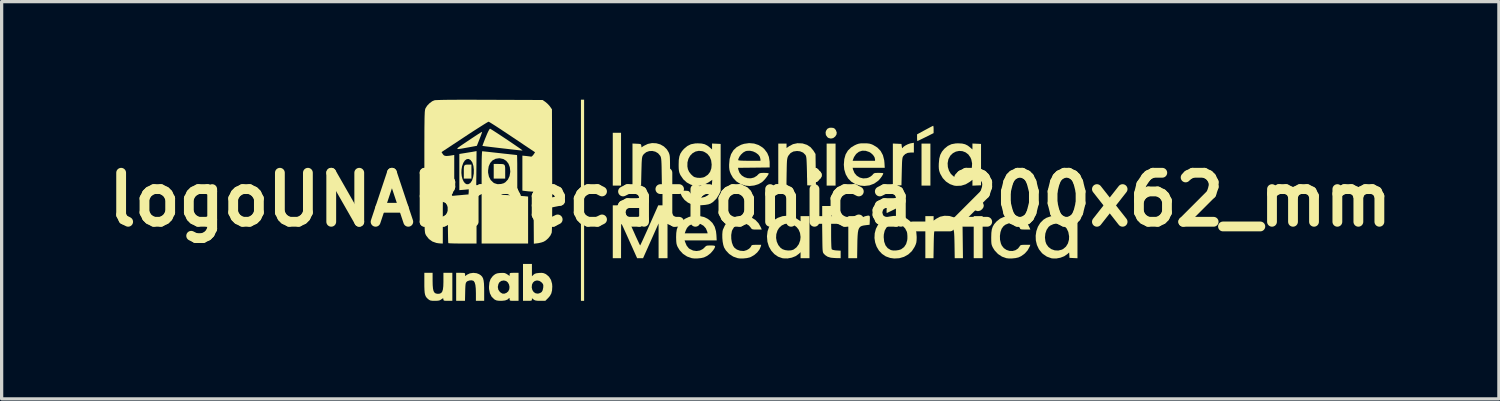
<source format=kicad_pcb>
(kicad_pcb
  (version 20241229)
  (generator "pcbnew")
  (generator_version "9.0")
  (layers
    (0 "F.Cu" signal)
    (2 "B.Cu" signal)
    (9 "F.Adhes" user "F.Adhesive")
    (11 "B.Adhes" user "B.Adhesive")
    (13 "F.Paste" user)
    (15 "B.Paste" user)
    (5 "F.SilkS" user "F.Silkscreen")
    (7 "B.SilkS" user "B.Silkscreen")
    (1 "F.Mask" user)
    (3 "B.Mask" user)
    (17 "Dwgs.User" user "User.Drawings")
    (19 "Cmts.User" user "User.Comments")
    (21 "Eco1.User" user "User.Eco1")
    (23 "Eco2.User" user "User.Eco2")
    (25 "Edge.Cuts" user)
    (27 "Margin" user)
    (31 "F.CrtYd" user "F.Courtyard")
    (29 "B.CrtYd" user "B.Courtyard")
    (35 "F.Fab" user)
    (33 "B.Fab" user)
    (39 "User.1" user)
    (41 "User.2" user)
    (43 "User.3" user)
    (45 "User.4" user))
  (footprint "logoUNABmecatronica_200x62_mm"
    (layer "F.Cu")
    (at 19.907 3.058)
    (property "Reference" "logoUNABmecatronica_200x62_mm" (at 0 0 0) (layer "F.SilkS") (effects (font (size 1.5 1.5) (thickness 0.3))))
    (attr board_only exclude_from_pos_files exclude_from_bom)
    (fp_poly (pts (xy -5.084 0.019) (xy -5.084 3.097) (xy -5.133 3.097) (xy -5.181 3.097) (xy -5.181 0.019) (xy -5.181 -3.058) (xy -5.133 -3.058) (xy -5.084 -3.058)) (stroke (width 0) (type solid)) (fill yes) (layer "F.SilkS"))
    (fp_poly (pts (xy -3.954 -1.237) (xy -3.954 -0.429) (xy -4.081 -0.429) (xy -4.207 -0.429) (xy -4.207 -1.237) (xy -4.207 -2.045) (xy -4.081 -2.045) (xy -3.954 -2.045)) (stroke (width 0) (type solid)) (fill yes) (layer "F.SilkS"))
    (fp_poly (pts (xy 2.61 -1.071) (xy 2.61 -0.429) (xy 2.474 -0.429) (xy 2.337 -0.429) (xy 2.337 -1.071) (xy 2.337 -1.714) (xy 2.474 -1.714) (xy 2.61 -1.714)) (stroke (width 0) (type solid)) (fill yes) (layer "F.SilkS"))
    (fp_poly (pts (xy 5.512 -1.071) (xy 5.512 -0.429) (xy 5.376 -0.429) (xy 5.24 -0.429) (xy 5.24 -1.071) (xy 5.24 -1.714) (xy 5.376 -1.714) (xy 5.512 -1.714)) (stroke (width 0) (type solid)) (fill yes) (layer "F.SilkS"))
    (fp_poly (pts (xy 7.11 1.149) (xy 7.11 1.792) (xy 6.973 1.792) (xy 6.837 1.792) (xy 6.837 1.149) (xy 6.837 0.506) (xy 6.973 0.506) (xy 7.11 0.506)) (stroke (width 0) (type solid)) (fill yes) (layer "F.SilkS"))
    (fp_poly (pts (xy -8.532 -0.857) (xy -8.532 -0.643) (xy -8.648 -0.643) (xy -8.765 -0.643) (xy -8.765 -0.845) (xy -8.765 -0.942) (xy -8.76 -1.006) (xy -8.746 -1.044) (xy -8.72 -1.064) (xy -8.677 -1.071) (xy -8.618 -1.071) (xy -8.532 -1.071)) (stroke (width 0) (type solid)) (fill yes) (layer "F.SilkS"))
    (fp_poly (pts (xy -7.718 -1.091) (xy -7.626 -1.09) (xy -7.564 -1.085) (xy -7.527 -1.068) (xy -7.507 -1.034) (xy -7.5 -0.975) (xy -7.499 -0.885) (xy -7.499 -0.855) (xy -7.499 -0.643) (xy -7.675 -0.643) (xy -7.85 -0.643) (xy -7.85 -0.867) (xy -7.85 -1.091)) (stroke (width 0) (type solid)) (fill yes) (layer "F.SilkS"))
    (fp_poly (pts (xy 2.542 -2.194) (xy 2.589 -2.167) (xy 2.621 -2.122) (xy 2.646 -2.052) (xy 2.638 -1.991) (xy 2.599 -1.93) (xy 2.538 -1.883) (xy 2.466 -1.868) (xy 2.396 -1.885) (xy 2.361 -1.909) (xy 2.314 -1.976) (xy 2.305 -2.053) (xy 2.318 -2.105) (xy 2.358 -2.166) (xy 2.417 -2.196) (xy 2.471 -2.201)) (stroke (width 0) (type solid)) (fill yes) (layer "F.SilkS"))
    (fp_poly (pts (xy 7.042 0.027) (xy 7.089 0.053) (xy 7.12 0.099) (xy 7.145 0.169) (xy 7.138 0.229) (xy 7.098 0.291) (xy 7.037 0.337) (xy 6.966 0.353) (xy 6.896 0.336) (xy 6.86 0.311) (xy 6.814 0.244) (xy 6.804 0.167) (xy 6.818 0.116) (xy 6.858 0.055) (xy 6.917 0.025) (xy 6.97 0.019)) (stroke (width 0) (type solid)) (fill yes) (layer "F.SilkS"))
    (fp_poly (pts (xy -8.106 -0.174) (xy -8.03 -0.171) (xy -7.929 -0.166) (xy -7.808 -0.16) (xy -7.673 -0.152) (xy -7.533 -0.144) (xy -7.392 -0.136) (xy -7.257 -0.128) (xy -7.135 -0.121) (xy -7.032 -0.114) (xy -6.955 -0.108) (xy -6.92 -0.106) (xy -6.798 -0.094) (xy -6.798 0.625) (xy -6.798 1.344) (xy -7.509 1.344) (xy -8.22 1.344) (xy -8.22 0.584) (xy -8.22 -0.175) (xy -8.149 -0.175)) (stroke (width 0) (type solid)) (fill yes) (layer "F.SilkS"))
    (fp_poly (pts (xy 4.687 -0.041) (xy 4.693 0.005) (xy 4.694 0.049) (xy 4.694 0.156) (xy 4.441 0.282) (xy 4.351 0.327) (xy 4.273 0.365) (xy 4.215 0.393) (xy 4.182 0.408) (xy 4.177 0.409) (xy 4.172 0.392) (xy 4.171 0.347) (xy 4.172 0.309) (xy 4.178 0.208) (xy 4.42 0.075) (xy 4.508 0.027) (xy 4.584 -0.013) (xy 4.641 -0.043) (xy 4.674 -0.057) (xy 4.678 -0.058)) (stroke (width 0) (type solid)) (fill yes) (layer "F.SilkS"))
    (fp_poly (pts (xy 5.604 -2.242) (xy 5.609 -2.196) (xy 5.61 -2.147) (xy 5.61 -2.035) (xy 5.366 -1.913) (xy 5.278 -1.87) (xy 5.202 -1.833) (xy 5.146 -1.806) (xy 5.116 -1.793) (xy 5.113 -1.792) (xy 5.108 -1.81) (xy 5.104 -1.855) (xy 5.104 -1.894) (xy 5.104 -1.997) (xy 5.345 -2.128) (xy 5.433 -2.175) (xy 5.508 -2.215) (xy 5.564 -2.244) (xy 5.594 -2.258) (xy 5.598 -2.26)) (stroke (width 0) (type solid)) (fill yes) (layer "F.SilkS"))
    (fp_poly (pts (xy -8.209 -2.056) (xy -8.225 -2.008) (xy -8.251 -1.938) (xy -8.282 -1.858) (xy -8.366 -1.646) (xy -8.6 -1.603) (xy -8.739 -1.578) (xy -8.845 -1.559) (xy -8.918 -1.549) (xy -8.958 -1.55) (xy -8.965 -1.563) (xy -8.939 -1.59) (xy -8.881 -1.633) (xy -8.791 -1.695) (xy -8.669 -1.777) (xy -8.62 -1.809) (xy -8.509 -1.884) (xy -8.408 -1.95) (xy -8.324 -2.005) (xy -8.258 -2.046) (xy -8.218 -2.07) (xy -8.205 -2.076)) (stroke (width 0) (type solid)) (fill yes) (layer "F.SilkS"))
    (fp_poly (pts (xy 3.654 0.507) (xy 3.66 0.553) (xy 3.658 0.628) (xy 3.652 0.769) (xy 3.545 0.781) (xy 3.47 0.791) (xy 3.41 0.806) (xy 3.365 0.831) (xy 3.332 0.87) (xy 3.308 0.927) (xy 3.293 1.007) (xy 3.284 1.113) (xy 3.278 1.251) (xy 3.276 1.378) (xy 3.27 1.792) (xy 3.135 1.792) (xy 3 1.792) (xy 3 1.149) (xy 3 0.506) (xy 3.136 0.506) (xy 3.272 0.506) (xy 3.272 0.586) (xy 3.272 0.665) (xy 3.351 0.598) (xy 3.416 0.553) (xy 3.487 0.518) (xy 3.516 0.508) (xy 3.589 0.491) (xy 3.633 0.489)) (stroke (width 0) (type solid)) (fill yes) (layer "F.SilkS"))
    (fp_poly (pts (xy 5.006 -1.59) (xy 5.006 -1.441) (xy 4.913 -1.441) (xy 4.816 -1.43) (xy 4.742 -1.395) (xy 4.686 -1.338) (xy 4.673 -1.317) (xy 4.662 -1.292) (xy 4.655 -1.258) (xy 4.649 -1.209) (xy 4.644 -1.14) (xy 4.641 -1.044) (xy 4.637 -0.917) (xy 4.636 -0.861) (xy 4.626 -0.438) (xy 4.495 -0.433) (xy 4.363 -0.427) (xy 4.363 -1.071) (xy 4.363 -1.716) (xy 4.495 -1.71) (xy 4.626 -1.704) (xy 4.636 -1.626) (xy 4.645 -1.581) (xy 4.654 -1.573) (xy 4.659 -1.581) (xy 4.689 -1.616) (xy 4.745 -1.655) (xy 4.815 -1.691) (xy 4.887 -1.717) (xy 4.923 -1.725) (xy 5.006 -1.739)) (stroke (width 0) (type solid)) (fill yes) (layer "F.SilkS"))
    (fp_poly (pts (xy -8.394 -0.167) (xy -8.388 -0.142) (xy -8.384 -0.095) (xy -8.381 -0.024) (xy -8.379 0.073) (xy -8.377 0.2) (xy -8.376 0.36) (xy -8.376 0.555) (xy -8.376 0.584) (xy -8.376 1.344) (xy -8.801 1.344) (xy -8.926 1.343) (xy -9.038 1.342) (xy -9.13 1.339) (xy -9.198 1.336) (xy -9.234 1.333) (xy -9.239 1.331) (xy -9.242 1.309) (xy -9.245 1.253) (xy -9.247 1.166) (xy -9.249 1.054) (xy -9.251 0.921) (xy -9.252 0.771) (xy -9.252 0.611) (xy -9.252 -0.096) (xy -9.189 -0.106) (xy -9.153 -0.11) (xy -9.086 -0.117) (xy -8.997 -0.126) (xy -8.893 -0.135) (xy -8.783 -0.145) (xy -8.673 -0.155) (xy -8.572 -0.163) (xy -8.487 -0.17) (xy -8.427 -0.174) (xy -8.4 -0.175)) (stroke (width 0) (type solid)) (fill yes) (layer "F.SilkS"))
    (fp_poly (pts (xy -7.942 -2.159) (xy -7.894 -2.13) (xy -7.824 -2.085) (xy -7.737 -2.029) (xy -7.637 -1.963) (xy -7.53 -1.892) (xy -7.42 -1.819) (xy -7.312 -1.746) (xy -7.212 -1.678) (xy -7.123 -1.617) (xy -7.05 -1.567) (xy -6.999 -1.53) (xy -6.975 -1.51) (xy -6.973 -1.508) (xy -6.972 -1.506) (xy -6.972 -1.503) (xy -6.977 -1.502) (xy -6.99 -1.503) (xy -7.016 -1.505) (xy -7.057 -1.509) (xy -7.119 -1.516) (xy -7.205 -1.525) (xy -7.319 -1.538) (xy -7.465 -1.555) (xy -7.606 -1.571) (xy -7.752 -1.588) (xy -7.885 -1.604) (xy -8 -1.618) (xy -8.093 -1.629) (xy -8.158 -1.638) (xy -8.192 -1.643) (xy -8.195 -1.643) (xy -8.19 -1.662) (xy -8.172 -1.711) (xy -8.145 -1.782) (xy -8.111 -1.87) (xy -8.094 -1.91) (xy -8.05 -2.017) (xy -8.012 -2.098) (xy -7.983 -2.15) (xy -7.964 -2.17) (xy -7.963 -2.17)) (stroke (width 0) (type solid)) (fill yes) (layer "F.SilkS"))
    (fp_poly (pts (xy -8.792 2.241) (xy -8.751 2.245) (xy -8.732 2.255) (xy -8.727 2.276) (xy -8.726 2.29) (xy -8.726 2.34) (xy -8.664 2.296) (xy -8.578 2.256) (xy -8.477 2.241) (xy -8.374 2.252) (xy -8.3 2.28) (xy -8.246 2.315) (xy -8.206 2.356) (xy -8.177 2.408) (xy -8.159 2.478) (xy -8.148 2.571) (xy -8.143 2.693) (xy -8.142 2.792) (xy -8.142 3.097) (xy -8.269 3.097) (xy -8.395 3.097) (xy -8.395 2.863) (xy -8.399 2.72) (xy -8.411 2.612) (xy -8.432 2.537) (xy -8.462 2.492) (xy -8.472 2.484) (xy -8.526 2.469) (xy -8.593 2.474) (xy -8.653 2.495) (xy -8.675 2.511) (xy -8.692 2.531) (xy -8.704 2.556) (xy -8.712 2.594) (xy -8.717 2.651) (xy -8.721 2.735) (xy -8.723 2.825) (xy -8.729 3.097) (xy -8.864 3.097) (xy -8.999 3.097) (xy -8.999 2.669) (xy -8.999 2.24) (xy -8.863 2.24)) (stroke (width 0) (type solid)) (fill yes) (layer "F.SilkS"))
    (fp_poly (pts (xy -8.38 -0.913) (xy -8.386 -0.341) (xy -8.483 -0.329) (xy -8.551 -0.322) (xy -8.64 -0.313) (xy -8.732 -0.304) (xy -8.741 -0.303) (xy -8.902 -0.29) (xy -8.902 -0.816) (xy -8.839 -0.816) (xy -8.829 -0.719) (xy -8.806 -0.631) (xy -8.773 -0.558) (xy -8.732 -0.503) (xy -8.684 -0.473) (xy -8.63 -0.471) (xy -8.574 -0.502) (xy -8.561 -0.514) (xy -8.513 -0.585) (xy -8.48 -0.683) (xy -8.461 -0.796) (xy -8.458 -0.915) (xy -8.471 -1.03) (xy -8.502 -1.129) (xy -8.509 -1.144) (xy -8.559 -1.212) (xy -8.616 -1.244) (xy -8.675 -1.239) (xy -8.732 -1.199) (xy -8.782 -1.123) (xy -8.783 -1.12) (xy -8.818 -1.022) (xy -8.836 -0.919) (xy -8.839 -0.816) (xy -8.902 -0.816) (xy -8.902 -0.843) (xy -8.902 -1.397) (xy -8.692 -1.431) (xy -8.601 -1.446) (xy -8.518 -1.459) (xy -8.456 -1.47) (xy -8.429 -1.475) (xy -8.375 -1.485)) (stroke (width 0) (type solid)) (fill yes) (layer "F.SilkS"))
    (fp_poly (pts (xy 1.587 -1.72) (xy 1.603 -1.718) (xy 1.735 -1.676) (xy 1.844 -1.605) (xy 1.931 -1.502) (xy 1.938 -1.491) (xy 1.997 -1.396) (xy 2.003 -0.911) (xy 2.009 -0.427) (xy 1.876 -0.432) (xy 1.743 -0.438) (xy 1.734 -0.877) (xy 1.73 -1.021) (xy 1.726 -1.131) (xy 1.722 -1.214) (xy 1.717 -1.273) (xy 1.71 -1.315) (xy 1.701 -1.344) (xy 1.689 -1.366) (xy 1.687 -1.369) (xy 1.618 -1.438) (xy 1.524 -1.478) (xy 1.431 -1.488) (xy 1.321 -1.473) (xy 1.233 -1.425) (xy 1.167 -1.345) (xy 1.161 -1.334) (xy 1.147 -1.305) (xy 1.137 -1.273) (xy 1.129 -1.232) (xy 1.123 -1.176) (xy 1.119 -1.099) (xy 1.116 -0.996) (xy 1.114 -0.861) (xy 1.113 -0.842) (xy 1.107 -0.429) (xy 0.982 -0.429) (xy 0.857 -0.429) (xy 0.857 -1.071) (xy 0.857 -1.714) (xy 0.984 -1.714) (xy 1.11 -1.714) (xy 1.11 -1.646) (xy 1.11 -1.578) (xy 1.19 -1.635) (xy 1.308 -1.697) (xy 1.443 -1.726)) (stroke (width 0) (type solid)) (fill yes) (layer "F.SilkS"))
    (fp_poly (pts (xy 2.474 0.351) (xy 2.474 0.506) (xy 2.62 0.506) (xy 2.766 0.506) (xy 2.766 0.623) (xy 2.766 0.74) (xy 2.62 0.74) (xy 2.474 0.74) (xy 2.474 1.115) (xy 2.475 1.234) (xy 2.478 1.34) (xy 2.481 1.427) (xy 2.486 1.488) (xy 2.492 1.518) (xy 2.492 1.518) (xy 2.525 1.538) (xy 2.594 1.551) (xy 2.638 1.555) (xy 2.766 1.563) (xy 2.766 1.677) (xy 2.766 1.792) (xy 2.644 1.79) (xy 2.566 1.786) (xy 2.493 1.78) (xy 2.454 1.774) (xy 2.366 1.747) (xy 2.296 1.701) (xy 2.26 1.666) (xy 2.244 1.648) (xy 2.232 1.63) (xy 2.223 1.605) (xy 2.217 1.569) (xy 2.212 1.516) (xy 2.209 1.441) (xy 2.207 1.339) (xy 2.205 1.204) (xy 2.205 1.177) (xy 2.199 0.74) (xy 2.122 0.74) (xy 2.045 0.74) (xy 2.045 0.623) (xy 2.045 0.506) (xy 2.123 0.506) (xy 2.201 0.506) (xy 2.201 0.351) (xy 2.201 0.195) (xy 2.337 0.195) (xy 2.474 0.195)) (stroke (width 0) (type solid)) (fill yes) (layer "F.SilkS"))
    (fp_poly (pts (xy 6.087 0.5) (xy 6.102 0.503) (xy 6.235 0.544) (xy 6.343 0.616) (xy 6.431 0.719) (xy 6.437 0.729) (xy 6.496 0.825) (xy 6.502 1.308) (xy 6.508 1.792) (xy 6.382 1.792) (xy 6.256 1.792) (xy 6.25 1.378) (xy 6.247 1.238) (xy 6.244 1.132) (xy 6.24 1.053) (xy 6.235 0.995) (xy 6.227 0.952) (xy 6.217 0.919) (xy 6.204 0.89) (xy 6.202 0.886) (xy 6.139 0.803) (xy 6.053 0.752) (xy 5.945 0.732) (xy 5.931 0.732) (xy 5.821 0.748) (xy 5.732 0.796) (xy 5.666 0.875) (xy 5.66 0.886) (xy 5.647 0.916) (xy 5.636 0.948) (xy 5.628 0.989) (xy 5.623 1.045) (xy 5.619 1.122) (xy 5.616 1.225) (xy 5.613 1.361) (xy 5.613 1.378) (xy 5.606 1.792) (xy 5.481 1.792) (xy 5.357 1.792) (xy 5.357 1.149) (xy 5.357 0.506) (xy 5.483 0.506) (xy 5.61 0.506) (xy 5.61 0.575) (xy 5.61 0.643) (xy 5.689 0.586) (xy 5.808 0.523) (xy 5.942 0.494)) (stroke (width 0) (type solid)) (fill yes) (layer "F.SilkS"))
    (fp_poly (pts (xy -9.72 2.481) (xy -9.717 2.619) (xy -9.708 2.723) (xy -9.691 2.797) (xy -9.663 2.845) (xy -9.624 2.872) (xy -9.571 2.882) (xy -9.554 2.883) (xy -9.497 2.876) (xy -9.455 2.854) (xy -9.424 2.812) (xy -9.404 2.745) (xy -9.393 2.65) (xy -9.389 2.521) (xy -9.389 2.481) (xy -9.389 2.24) (xy -9.252 2.24) (xy -9.116 2.24) (xy -9.116 2.669) (xy -9.116 3.097) (xy -9.252 3.097) (xy -9.324 3.096) (xy -9.365 3.091) (xy -9.384 3.08) (xy -9.389 3.061) (xy -9.389 3.058) (xy -9.393 3.026) (xy -9.4 3.019) (xy -9.422 3.03) (xy -9.459 3.056) (xy -9.461 3.058) (xy -9.498 3.08) (xy -9.547 3.092) (xy -9.619 3.097) (xy -9.653 3.097) (xy -9.73 3.095) (xy -9.782 3.088) (xy -9.82 3.072) (xy -9.857 3.044) (xy -9.897 3.007) (xy -9.927 2.966) (xy -9.948 2.917) (xy -9.962 2.852) (xy -9.969 2.765) (xy -9.973 2.65) (xy -9.973 2.552) (xy -9.973 2.24) (xy -9.846 2.24) (xy -9.72 2.24)) (stroke (width 0) (type solid)) (fill yes) (layer "F.SilkS"))
    (fp_poly (pts (xy -3.84 0.375) (xy -3.803 0.454) (xy -3.756 0.559) (xy -3.7 0.683) (xy -3.64 0.816) (xy -3.58 0.951) (xy -3.563 0.988) (xy -3.511 1.106) (xy -3.463 1.21) (xy -3.423 1.296) (xy -3.393 1.36) (xy -3.374 1.396) (xy -3.37 1.402) (xy -3.36 1.385) (xy -3.336 1.336) (xy -3.3 1.259) (xy -3.255 1.16) (xy -3.201 1.041) (xy -3.14 0.906) (xy -3.088 0.788) (xy -2.816 0.175) (xy -2.674 0.175) (xy -2.532 0.175) (xy -2.532 0.984) (xy -2.532 1.792) (xy -2.669 1.792) (xy -2.805 1.792) (xy -2.805 1.261) (xy -2.806 0.73) (xy -3.043 1.261) (xy -3.28 1.792) (xy -3.371 1.792) (xy -3.462 1.792) (xy -3.643 1.388) (xy -3.7 1.262) (xy -3.755 1.139) (xy -3.806 1.026) (xy -3.849 0.932) (xy -3.88 0.863) (xy -3.888 0.847) (xy -3.951 0.711) (xy -3.953 1.251) (xy -3.954 1.792) (xy -4.081 1.792) (xy -4.207 1.792) (xy -4.207 0.984) (xy -4.207 0.175) (xy -4.07 0.175) (xy -3.932 0.175)) (stroke (width 0) (type solid)) (fill yes) (layer "F.SilkS"))
    (fp_poly (pts (xy -2.876 -1.724) (xy -2.754 -1.69) (xy -2.644 -1.627) (xy -2.553 -1.539) (xy -2.5 -1.452) (xy -2.486 -1.419) (xy -2.475 -1.388) (xy -2.467 -1.351) (xy -2.461 -1.305) (xy -2.458 -1.242) (xy -2.456 -1.158) (xy -2.455 -1.046) (xy -2.454 -0.902) (xy -2.454 -0.891) (xy -2.454 -0.429) (xy -2.579 -0.429) (xy -2.704 -0.429) (xy -2.711 -0.852) (xy -2.713 -0.993) (xy -2.716 -1.101) (xy -2.72 -1.181) (xy -2.725 -1.239) (xy -2.732 -1.281) (xy -2.741 -1.312) (xy -2.754 -1.338) (xy -2.757 -1.343) (xy -2.821 -1.418) (xy -2.904 -1.467) (xy -2.998 -1.489) (xy -3.094 -1.484) (xy -3.183 -1.452) (xy -3.257 -1.393) (xy -3.284 -1.356) (xy -3.297 -1.332) (xy -3.306 -1.301) (xy -3.314 -1.258) (xy -3.319 -1.198) (xy -3.324 -1.114) (xy -3.327 -1.003) (xy -3.331 -0.867) (xy -3.341 -0.438) (xy -3.472 -0.433) (xy -3.604 -0.427) (xy -3.604 -1.071) (xy -3.604 -1.716) (xy -3.472 -1.71) (xy -3.402 -1.706) (xy -3.362 -1.7) (xy -3.343 -1.686) (xy -3.336 -1.663) (xy -3.334 -1.651) (xy -3.328 -1.598) (xy -3.257 -1.645) (xy -3.135 -1.704) (xy -3.006 -1.73)) (stroke (width 0) (type solid)) (fill yes) (layer "F.SilkS"))
    (fp_poly (pts (xy -6.681 2.156) (xy -6.681 2.344) (xy -6.632 2.298) (xy -6.592 2.269) (xy -6.54 2.253) (xy -6.463 2.244) (xy -6.457 2.244) (xy -6.381 2.241) (xy -6.327 2.249) (xy -6.276 2.269) (xy -6.245 2.286) (xy -6.159 2.359) (xy -6.097 2.458) (xy -6.064 2.578) (xy -6.058 2.658) (xy -6.065 2.777) (xy -6.088 2.871) (xy -6.132 2.95) (xy -6.185 3.011) (xy -6.271 3.097) (xy -6.425 3.097) (xy -6.509 3.095) (xy -6.566 3.088) (xy -6.606 3.073) (xy -6.63 3.057) (xy -6.681 3.016) (xy -6.681 3.057) (xy -6.684 3.078) (xy -6.7 3.09) (xy -6.736 3.096) (xy -6.802 3.097) (xy -6.817 3.097) (xy -6.954 3.097) (xy -6.954 2.687) (xy -6.687 2.687) (xy -6.668 2.765) (xy -6.627 2.828) (xy -6.568 2.867) (xy -6.496 2.877) (xy -6.488 2.875) (xy -6.429 2.857) (xy -6.383 2.827) (xy -6.383 2.827) (xy -6.353 2.775) (xy -6.336 2.697) (xy -6.335 2.691) (xy -6.332 2.629) (xy -6.341 2.588) (xy -6.367 2.552) (xy -6.385 2.533) (xy -6.454 2.486) (xy -6.527 2.473) (xy -6.595 2.491) (xy -6.649 2.538) (xy -6.679 2.601) (xy -6.687 2.687) (xy -6.954 2.687) (xy -6.954 2.532) (xy -6.954 1.967) (xy -6.817 1.967) (xy -6.681 1.967)) (stroke (width 0) (type solid)) (fill yes) (layer "F.SilkS"))
    (fp_poly (pts (xy 1.279 0.517) (xy 1.415 0.579) (xy 1.442 0.597) (xy 1.539 0.663) (xy 1.539 0.585) (xy 1.539 0.506) (xy 1.675 0.506) (xy 1.812 0.506) (xy 1.812 1.149) (xy 1.812 1.792) (xy 1.675 1.792) (xy 1.539 1.792) (xy 1.539 1.701) (xy 1.539 1.609) (xy 1.485 1.661) (xy 1.389 1.729) (xy 1.27 1.776) (xy 1.14 1.8) (xy 1.011 1.797) (xy 0.977 1.791) (xy 0.851 1.746) (xy 0.738 1.668) (xy 0.643 1.563) (xy 0.57 1.436) (xy 0.526 1.293) (xy 0.524 1.283) (xy 0.515 1.172) (xy 0.79 1.172) (xy 0.811 1.287) (xy 0.858 1.391) (xy 0.927 1.475) (xy 0.988 1.518) (xy 1.067 1.545) (xy 1.159 1.557) (xy 1.25 1.552) (xy 1.321 1.531) (xy 1.416 1.46) (xy 1.486 1.363) (xy 1.528 1.246) (xy 1.539 1.144) (xy 1.523 1.022) (xy 1.481 0.92) (xy 1.416 0.838) (xy 1.335 0.778) (xy 1.244 0.742) (xy 1.148 0.731) (xy 1.051 0.747) (xy 0.961 0.792) (xy 0.882 0.866) (xy 0.833 0.945) (xy 0.797 1.056) (xy 0.79 1.172) (xy 0.515 1.172) (xy 0.511 1.12) (xy 0.53 0.966) (xy 0.58 0.826) (xy 0.657 0.704) (xy 0.759 0.607) (xy 0.843 0.557) (xy 0.99 0.506) (xy 1.136 0.492)) (stroke (width 0) (type solid)) (fill yes) (layer "F.SilkS"))
    (fp_poly (pts (xy 9.497 0.515) (xy 9.63 0.573) (xy 9.676 0.603) (xy 9.756 0.661) (xy 9.762 0.589) (xy 9.768 0.516) (xy 9.89 0.51) (xy 10.012 0.505) (xy 10.012 1.149) (xy 10.012 1.794) (xy 9.89 1.788) (xy 9.768 1.782) (xy 9.763 1.7) (xy 9.757 1.617) (xy 9.704 1.666) (xy 9.608 1.732) (xy 9.489 1.778) (xy 9.361 1.802) (xy 9.238 1.799) (xy 9.213 1.794) (xy 9.076 1.745) (xy 8.953 1.661) (xy 8.923 1.633) (xy 8.832 1.518) (xy 8.771 1.388) (xy 8.738 1.248) (xy 8.735 1.159) (xy 9.017 1.159) (xy 9.032 1.28) (xy 9.06 1.36) (xy 9.124 1.45) (xy 9.211 1.515) (xy 9.314 1.552) (xy 9.423 1.558) (xy 9.531 1.532) (xy 9.575 1.51) (xy 9.66 1.438) (xy 9.72 1.341) (xy 9.752 1.225) (xy 9.756 1.125) (xy 9.732 0.99) (xy 9.681 0.883) (xy 9.601 0.802) (xy 9.492 0.748) (xy 9.462 0.739) (xy 9.373 0.732) (xy 9.276 0.75) (xy 9.186 0.79) (xy 9.131 0.832) (xy 9.068 0.924) (xy 9.029 1.037) (xy 9.017 1.159) (xy 8.735 1.159) (xy 8.733 1.104) (xy 8.754 0.963) (xy 8.801 0.831) (xy 8.873 0.713) (xy 8.97 0.615) (xy 9.064 0.556) (xy 9.207 0.507) (xy 9.353 0.493)) (stroke (width 0) (type solid)) (fill yes) (layer "F.SilkS"))
    (fp_poly (pts (xy -8.179 -1.478) (xy -8.122 -1.472) (xy -8.037 -1.463) (xy -7.928 -1.451) (xy -7.803 -1.437) (xy -7.665 -1.422) (xy -7.527 -1.406) (xy -7.402 -1.393) (xy -7.296 -1.381) (xy -7.213 -1.372) (xy -7.158 -1.366) (xy -7.137 -1.363) (xy -7.137 -1.363) (xy -7.135 -1.345) (xy -7.133 -1.292) (xy -7.132 -1.21) (xy -7.13 -1.104) (xy -7.13 -0.979) (xy -7.129 -0.84) (xy -7.129 -0.818) (xy -7.129 -0.273) (xy -7.173 -0.276) (xy -7.204 -0.277) (xy -7.268 -0.281) (xy -7.359 -0.287) (xy -7.472 -0.293) (xy -7.601 -0.301) (xy -7.718 -0.308) (xy -8.22 -0.337) (xy -8.22 -0.894) (xy -8.022 -0.894) (xy -8.022 -0.826) (xy -7.997 -0.703) (xy -7.942 -0.599) (xy -7.86 -0.52) (xy -7.83 -0.502) (xy -7.741 -0.474) (xy -7.641 -0.474) (xy -7.544 -0.501) (xy -7.493 -0.532) (xy -7.415 -0.615) (xy -7.365 -0.721) (xy -7.344 -0.845) (xy -7.343 -0.864) (xy -7.358 -0.994) (xy -7.4 -1.103) (xy -7.467 -1.186) (xy -7.555 -1.242) (xy -7.662 -1.265) (xy -7.684 -1.266) (xy -7.795 -1.249) (xy -7.887 -1.2) (xy -7.957 -1.122) (xy -8.003 -1.019) (xy -8.022 -0.894) (xy -8.22 -0.894) (xy -8.22 -0.909) (xy -8.219 -1.067) (xy -8.218 -1.204) (xy -8.215 -1.319) (xy -8.211 -1.405) (xy -8.207 -1.46) (xy -8.202 -1.48) (xy -8.202 -1.48)) (stroke (width 0) (type solid)) (fill yes) (layer "F.SilkS"))
    (fp_poly (pts (xy -7.09 2.669) (xy -7.09 3.097) (xy -7.227 3.097) (xy -7.298 3.096) (xy -7.339 3.092) (xy -7.357 3.082) (xy -7.363 3.061) (xy -7.363 3.044) (xy -7.368 3.012) (xy -7.378 3.01) (xy -7.378 3.011) (xy -7.428 3.058) (xy -7.503 3.086) (xy -7.607 3.097) (xy -7.626 3.097) (xy -7.707 3.094) (xy -7.764 3.085) (xy -7.81 3.064) (xy -7.834 3.049) (xy -7.914 2.971) (xy -7.967 2.866) (xy -7.993 2.735) (xy -7.995 2.673) (xy -7.725 2.673) (xy -7.709 2.757) (xy -7.659 2.828) (xy -7.651 2.834) (xy -7.589 2.874) (xy -7.528 2.879) (xy -7.462 2.855) (xy -7.405 2.807) (xy -7.374 2.742) (xy -7.367 2.67) (xy -7.382 2.598) (xy -7.417 2.535) (xy -7.47 2.491) (xy -7.539 2.474) (xy -7.541 2.474) (xy -7.62 2.488) (xy -7.677 2.531) (xy -7.706 2.583) (xy -7.725 2.673) (xy -7.995 2.673) (xy -7.995 2.669) (xy -7.982 2.536) (xy -7.946 2.43) (xy -7.882 2.344) (xy -7.838 2.305) (xy -7.787 2.272) (xy -7.732 2.254) (xy -7.657 2.245) (xy -7.638 2.244) (xy -7.563 2.242) (xy -7.511 2.248) (xy -7.469 2.266) (xy -7.436 2.286) (xy -7.363 2.336) (xy -7.363 2.288) (xy -7.361 2.263) (xy -7.349 2.249) (xy -7.319 2.242) (xy -7.262 2.24) (xy -7.227 2.24) (xy -7.09 2.24)) (stroke (width 0) (type solid)) (fill yes) (layer "F.SilkS"))
    (fp_poly (pts (xy 4.572 0.505) (xy 4.69 0.532) (xy 4.793 0.583) (xy 4.89 0.66) (xy 4.91 0.68) (xy 4.993 0.776) (xy 5.048 0.876) (xy 5.08 0.989) (xy 5.091 1.125) (xy 5.092 1.162) (xy 5.089 1.249) (xy 5.081 1.315) (xy 5.061 1.376) (xy 5.028 1.448) (xy 4.945 1.576) (xy 4.836 1.677) (xy 4.706 1.75) (xy 4.561 1.793) (xy 4.406 1.802) (xy 4.281 1.785) (xy 4.146 1.737) (xy 4.031 1.66) (xy 3.937 1.559) (xy 3.867 1.441) (xy 3.821 1.31) (xy 3.8 1.171) (xy 3.802 1.149) (xy 4.083 1.149) (xy 4.097 1.287) (xy 4.138 1.4) (xy 4.205 1.485) (xy 4.299 1.542) (xy 4.305 1.544) (xy 4.372 1.557) (xy 4.458 1.556) (xy 4.545 1.543) (xy 4.616 1.52) (xy 4.617 1.519) (xy 4.707 1.452) (xy 4.769 1.359) (xy 4.803 1.24) (xy 4.808 1.187) (xy 4.808 1.107) (xy 4.802 1.032) (xy 4.792 0.985) (xy 4.739 0.881) (xy 4.661 0.801) (xy 4.565 0.75) (xy 4.457 0.73) (xy 4.356 0.742) (xy 4.246 0.787) (xy 4.166 0.856) (xy 4.113 0.95) (xy 4.086 1.072) (xy 4.083 1.149) (xy 3.802 1.149) (xy 3.808 1.031) (xy 3.844 0.895) (xy 3.91 0.767) (xy 3.987 0.675) (xy 4.101 0.584) (xy 4.229 0.526) (xy 4.376 0.5) (xy 4.429 0.498)) (stroke (width 0) (type solid)) (fill yes) (layer "F.SilkS"))
    (fp_poly (pts (xy 6.479 -1.716) (xy 6.573 -1.694) (xy 6.655 -1.653) (xy 6.726 -1.598) (xy 6.798 -1.535) (xy 6.798 -1.625) (xy 6.798 -1.716) (xy 6.929 -1.71) (xy 7.061 -1.704) (xy 7.061 -1.071) (xy 7.061 -0.438) (xy 6.929 -0.433) (xy 6.798 -0.427) (xy 6.798 -0.517) (xy 6.798 -0.607) (xy 6.722 -0.547) (xy 6.593 -0.469) (xy 6.452 -0.426) (xy 6.304 -0.42) (xy 6.236 -0.429) (xy 6.107 -0.475) (xy 5.989 -0.553) (xy 5.89 -0.658) (xy 5.816 -0.785) (xy 5.803 -0.817) (xy 5.782 -0.879) (xy 5.771 -0.941) (xy 5.767 -1.015) (xy 5.769 -1.11) (xy 5.77 -1.114) (xy 6.039 -1.114) (xy 6.046 -0.997) (xy 6.08 -0.886) (xy 6.137 -0.789) (xy 6.214 -0.716) (xy 6.262 -0.689) (xy 6.357 -0.666) (xy 6.463 -0.667) (xy 6.562 -0.692) (xy 6.593 -0.707) (xy 6.681 -0.778) (xy 6.745 -0.873) (xy 6.781 -0.984) (xy 6.788 -1.104) (xy 6.764 -1.225) (xy 6.738 -1.288) (xy 6.672 -1.383) (xy 6.587 -1.447) (xy 6.491 -1.483) (xy 6.391 -1.49) (xy 6.291 -1.469) (xy 6.2 -1.421) (xy 6.122 -1.346) (xy 6.066 -1.244) (xy 6.061 -1.229) (xy 6.039 -1.114) (xy 5.77 -1.114) (xy 5.783 -1.254) (xy 5.814 -1.37) (xy 5.866 -1.469) (xy 5.941 -1.558) (xy 6.045 -1.643) (xy 6.157 -1.696) (xy 6.288 -1.72) (xy 6.36 -1.722)) (stroke (width 0) (type solid)) (fill yes) (layer "F.SilkS"))
    (fp_poly (pts (xy -0.099 0.502) (xy 0.037 0.547) (xy 0.156 0.621) (xy 0.254 0.725) (xy 0.322 0.846) (xy 0.351 0.915) (xy 0.2 0.915) (xy 0.123 0.915) (xy 0.076 0.91) (xy 0.048 0.899) (xy 0.029 0.879) (xy 0.016 0.859) (xy -0.044 0.789) (xy -0.129 0.742) (xy -0.228 0.722) (xy -0.331 0.732) (xy -0.357 0.739) (xy -0.433 0.781) (xy -0.501 0.85) (xy -0.551 0.933) (xy -0.564 0.969) (xy -0.583 1.082) (xy -0.581 1.201) (xy -0.562 1.315) (xy -0.525 1.413) (xy -0.483 1.474) (xy -0.409 1.529) (xy -0.314 1.563) (xy -0.214 1.572) (xy -0.186 1.569) (xy -0.107 1.545) (xy -0.036 1.503) (xy 0.015 1.45) (xy 0.029 1.421) (xy 0.04 1.401) (xy 0.063 1.39) (xy 0.107 1.384) (xy 0.179 1.383) (xy 0.188 1.383) (xy 0.335 1.383) (xy 0.322 1.435) (xy 0.282 1.527) (xy 0.212 1.618) (xy 0.121 1.696) (xy 0.018 1.755) (xy -0.015 1.768) (xy -0.103 1.789) (xy -0.209 1.8) (xy -0.313 1.801) (xy -0.383 1.792) (xy -0.521 1.744) (xy -0.645 1.663) (xy -0.746 1.555) (xy -0.801 1.464) (xy -0.826 1.387) (xy -0.845 1.286) (xy -0.855 1.173) (xy -0.856 1.061) (xy -0.848 0.966) (xy -0.838 0.922) (xy -0.773 0.78) (xy -0.681 0.664) (xy -0.561 0.575) (xy -0.418 0.517) (xy -0.406 0.514) (xy -0.248 0.491)) (stroke (width 0) (type solid)) (fill yes) (layer "F.SilkS"))
    (fp_poly (pts (xy 8.148 0.513) (xy 8.285 0.558) (xy 8.399 0.634) (xy 8.488 0.74) (xy 8.551 0.867) (xy 8.57 0.915) (xy 8.414 0.915) (xy 8.331 0.914) (xy 8.282 0.908) (xy 8.261 0.896) (xy 8.259 0.89) (xy 8.246 0.861) (xy 8.213 0.821) (xy 8.205 0.813) (xy 8.114 0.75) (xy 8.011 0.722) (xy 7.907 0.727) (xy 7.807 0.767) (xy 7.748 0.813) (xy 7.692 0.89) (xy 7.656 0.992) (xy 7.639 1.108) (xy 7.642 1.227) (xy 7.668 1.34) (xy 7.696 1.405) (xy 7.759 1.485) (xy 7.84 1.539) (xy 7.931 1.569) (xy 8.026 1.572) (xy 8.115 1.548) (xy 8.192 1.497) (xy 8.236 1.44) (xy 8.255 1.411) (xy 8.276 1.394) (xy 8.31 1.386) (xy 8.366 1.383) (xy 8.419 1.383) (xy 8.57 1.383) (xy 8.55 1.437) (xy 8.488 1.55) (xy 8.398 1.651) (xy 8.289 1.73) (xy 8.205 1.769) (xy 8.117 1.789) (xy 8.011 1.8) (xy 7.906 1.8) (xy 7.837 1.792) (xy 7.703 1.745) (xy 7.581 1.665) (xy 7.479 1.557) (xy 7.425 1.472) (xy 7.402 1.425) (xy 7.387 1.383) (xy 7.378 1.334) (xy 7.374 1.268) (xy 7.373 1.176) (xy 7.373 1.149) (xy 7.377 1.016) (xy 7.391 0.912) (xy 7.419 0.827) (xy 7.463 0.752) (xy 7.528 0.677) (xy 7.533 0.671) (xy 7.642 0.583) (xy 7.767 0.527) (xy 7.914 0.5) (xy 7.986 0.498)) (stroke (width 0) (type solid)) (fill yes) (layer "F.SilkS"))
    (fp_poly (pts (xy -1.536 0.506) (xy -1.416 0.532) (xy -1.311 0.582) (xy -1.255 0.621) (xy -1.157 0.715) (xy -1.089 0.829) (xy -1.049 0.967) (xy -1.036 1.082) (xy -1.027 1.247) (xy -1.518 1.247) (xy -2.009 1.247) (xy -1.996 1.29) (xy -1.948 1.405) (xy -1.884 1.486) (xy -1.852 1.51) (xy -1.75 1.558) (xy -1.644 1.573) (xy -1.54 1.557) (xy -1.449 1.511) (xy -1.405 1.47) (xy -1.371 1.435) (xy -1.341 1.414) (xy -1.302 1.405) (xy -1.24 1.403) (xy -1.208 1.402) (xy -1.129 1.405) (xy -1.086 1.415) (xy -1.075 1.439) (xy -1.093 1.484) (xy -1.132 1.546) (xy -1.214 1.641) (xy -1.318 1.721) (xy -1.417 1.769) (xy -1.507 1.789) (xy -1.615 1.8) (xy -1.721 1.8) (xy -1.788 1.792) (xy -1.932 1.742) (xy -2.058 1.66) (xy -2.162 1.547) (xy -2.225 1.442) (xy -2.245 1.393) (xy -2.258 1.342) (xy -2.265 1.277) (xy -2.268 1.188) (xy -2.269 1.149) (xy -2.265 1.032) (xy -2.005 1.032) (xy -1.654 1.032) (xy -1.304 1.032) (xy -1.317 0.979) (xy -1.359 0.879) (xy -1.429 0.8) (xy -1.519 0.748) (xy -1.622 0.724) (xy -1.732 0.733) (xy -1.779 0.748) (xy -1.872 0.797) (xy -1.936 0.866) (xy -1.976 0.95) (xy -2.005 1.032) (xy -2.265 1.032) (xy -2.264 1.018) (xy -2.248 0.914) (xy -2.216 0.827) (xy -2.165 0.746) (xy -2.114 0.685) (xy -2.004 0.59) (xy -1.876 0.529) (xy -1.727 0.501) (xy -1.679 0.499)) (stroke (width 0) (type solid)) (fill yes) (layer "F.SilkS"))
    (fp_poly (pts (xy 3.58 -1.721) (xy 3.651 -1.712) (xy 3.713 -1.693) (xy 3.759 -1.673) (xy 3.889 -1.593) (xy 3.989 -1.489) (xy 4.059 -1.36) (xy 4.098 -1.206) (xy 4.106 -1.125) (xy 4.115 -0.974) (xy 3.623 -0.974) (xy 3.132 -0.974) (xy 3.145 -0.92) (xy 3.189 -0.814) (xy 3.26 -0.731) (xy 3.351 -0.675) (xy 3.455 -0.649) (xy 3.566 -0.657) (xy 3.615 -0.672) (xy 3.678 -0.704) (xy 3.731 -0.746) (xy 3.744 -0.762) (xy 3.769 -0.791) (xy 3.795 -0.808) (xy 3.834 -0.816) (xy 3.896 -0.818) (xy 3.929 -0.818) (xy 3.997 -0.817) (xy 4.048 -0.813) (xy 4.071 -0.808) (xy 4.071 -0.808) (xy 4.059 -0.769) (xy 4.027 -0.713) (xy 3.983 -0.652) (xy 3.934 -0.596) (xy 3.914 -0.576) (xy 3.79 -0.489) (xy 3.649 -0.436) (xy 3.495 -0.418) (xy 3.366 -0.429) (xy 3.219 -0.472) (xy 3.095 -0.546) (xy 2.994 -0.648) (xy 2.921 -0.774) (xy 2.876 -0.922) (xy 2.863 -1.069) (xy 2.873 -1.188) (xy 3.133 -1.188) (xy 3.476 -1.188) (xy 3.818 -1.188) (xy 3.818 -1.234) (xy 3.801 -1.299) (xy 3.756 -1.367) (xy 3.69 -1.427) (xy 3.643 -1.456) (xy 3.53 -1.494) (xy 3.422 -1.496) (xy 3.323 -1.463) (xy 3.239 -1.397) (xy 3.174 -1.301) (xy 3.147 -1.232) (xy 3.133 -1.188) (xy 2.873 -1.188) (xy 2.877 -1.239) (xy 2.917 -1.382) (xy 2.987 -1.501) (xy 3.085 -1.596) (xy 3.188 -1.659) (xy 3.259 -1.692) (xy 3.318 -1.711) (xy 3.378 -1.721) (xy 3.458 -1.723) (xy 3.486 -1.723)) (stroke (width 0) (type solid)) (fill yes) (layer "F.SilkS"))
    (fp_poly (pts (xy 0.116 -1.716) (xy 0.256 -1.67) (xy 0.38 -1.592) (xy 0.434 -1.541) (xy 0.518 -1.43) (xy 0.57 -1.307) (xy 0.592 -1.164) (xy 0.593 -1.122) (xy 0.594 -0.984) (xy 0.11 -0.978) (xy -0.375 -0.973) (xy -0.363 -0.912) (xy -0.326 -0.816) (xy -0.261 -0.74) (xy -0.178 -0.686) (xy -0.082 -0.656) (xy 0.018 -0.652) (xy 0.115 -0.676) (xy 0.202 -0.729) (xy 0.224 -0.752) (xy 0.258 -0.786) (xy 0.289 -0.806) (xy 0.329 -0.815) (xy 0.391 -0.818) (xy 0.425 -0.818) (xy 0.493 -0.816) (xy 0.543 -0.81) (xy 0.565 -0.802) (xy 0.565 -0.801) (xy 0.552 -0.766) (xy 0.519 -0.714) (xy 0.473 -0.653) (xy 0.421 -0.594) (xy 0.371 -0.545) (xy 0.355 -0.532) (xy 0.247 -0.471) (xy 0.118 -0.432) (xy -0.018 -0.417) (xy -0.148 -0.428) (xy -0.299 -0.478) (xy -0.426 -0.558) (xy -0.528 -0.667) (xy -0.594 -0.782) (xy -0.622 -0.852) (xy -0.638 -0.915) (xy -0.646 -0.987) (xy -0.647 -1.069) (xy -0.635 -1.208) (xy -0.37 -1.208) (xy -0.351 -1.2) (xy -0.294 -1.194) (xy -0.201 -1.19) (xy -0.073 -1.188) (xy -0.029 -1.188) (xy 0.312 -1.188) (xy 0.312 -1.234) (xy 0.294 -1.31) (xy 0.245 -1.378) (xy 0.172 -1.434) (xy 0.085 -1.475) (xy -0.009 -1.495) (xy -0.104 -1.492) (xy -0.15 -1.479) (xy -0.218 -1.44) (xy -0.282 -1.38) (xy -0.334 -1.31) (xy -0.365 -1.241) (xy -0.37 -1.208) (xy -0.635 -1.208) (xy -0.632 -1.242) (xy -0.588 -1.39) (xy -0.514 -1.512) (xy -0.412 -1.608) (xy -0.28 -1.678) (xy -0.191 -1.707) (xy -0.035 -1.729)) (stroke (width 0) (type solid)) (fill yes) (layer "F.SilkS"))
    (fp_poly (pts (xy -1.488 -1.716) (xy -1.393 -1.694) (xy -1.312 -1.653) (xy -1.24 -1.598) (xy -1.169 -1.535) (xy -1.169 -1.625) (xy -1.169 -1.716) (xy -1.037 -1.71) (xy -0.906 -1.704) (xy -0.906 -0.984) (xy -0.906 -0.263) (xy -0.956 -0.156) (xy -1.038 -0.026) (xy -1.145 0.077) (xy -1.217 0.122) (xy -1.282 0.145) (xy -1.374 0.161) (xy -1.481 0.17) (xy -1.591 0.172) (xy -1.693 0.166) (xy -1.774 0.152) (xy -1.784 0.149) (xy -1.909 0.091) (xy -2.012 0.009) (xy -2.087 -0.091) (xy -2.092 -0.101) (xy -2.128 -0.179) (xy -2.143 -0.228) (xy -2.132 -0.257) (xy -2.093 -0.269) (xy -2.023 -0.272) (xy -2.011 -0.272) (xy -1.94 -0.27) (xy -1.897 -0.264) (xy -1.87 -0.249) (xy -1.848 -0.221) (xy -1.841 -0.209) (xy -1.773 -0.135) (xy -1.686 -0.085) (xy -1.586 -0.06) (xy -1.483 -0.06) (xy -1.384 -0.084) (xy -1.299 -0.132) (xy -1.233 -0.204) (xy -1.223 -0.222) (xy -1.196 -0.301) (xy -1.177 -0.408) (xy -1.174 -0.452) (xy -1.163 -0.606) (xy -1.278 -0.527) (xy -1.411 -0.457) (xy -1.55 -0.423) (xy -1.688 -0.424) (xy -1.82 -0.458) (xy -1.942 -0.524) (xy -2.048 -0.62) (xy -2.134 -0.745) (xy -2.15 -0.778) (xy -2.17 -0.827) (xy -2.182 -0.88) (xy -2.189 -0.946) (xy -2.191 -1.017) (xy -1.924 -1.017) (xy -1.908 -0.93) (xy -1.872 -0.851) (xy -1.813 -0.774) (xy -1.745 -0.712) (xy -1.705 -0.689) (xy -1.624 -0.669) (xy -1.53 -0.665) (xy -1.441 -0.678) (xy -1.397 -0.694) (xy -1.297 -0.761) (xy -1.229 -0.849) (xy -1.191 -0.958) (xy -1.181 -1.071) (xy -1.197 -1.202) (xy -1.243 -1.314) (xy -1.315 -1.402) (xy -1.412 -1.463) (xy -1.462 -1.481) (xy -1.573 -1.493) (xy -1.676 -1.471) (xy -1.766 -1.42) (xy -1.839 -1.345) (xy -1.893 -1.249) (xy -1.922 -1.138) (xy -1.924 -1.017) (xy -2.191 -1.017) (xy -2.191 -1.038) (xy -2.191 -1.081) (xy -2.187 -1.214) (xy -2.17 -1.319) (xy -2.139 -1.406) (xy -2.089 -1.484) (xy -2.027 -1.555) (xy -1.925 -1.64) (xy -1.815 -1.694) (xy -1.686 -1.719) (xy -1.607 -1.722)) (stroke (width 0) (type solid)) (fill yes) (layer "F.SilkS"))
    (fp_poly (pts (xy -8.287 -3.055) (xy -7.973 -3.054) (xy -6.353 -3.048) (xy -6.269 -2.989) (xy -6.205 -2.935) (xy -6.144 -2.87) (xy -6.127 -2.847) (xy -6.068 -2.763) (xy -6.062 -0.909) (xy -6.061 -0.562) (xy -6.06 -0.253) (xy -6.06 0.02) (xy -6.061 0.257) (xy -6.062 0.46) (xy -6.063 0.63) (xy -6.065 0.767) (xy -6.068 0.874) (xy -6.071 0.952) (xy -6.074 1) (xy -6.078 1.019) (xy -6.116 1.1) (xy -6.18 1.181) (xy -6.258 1.25) (xy -6.322 1.288) (xy -6.389 1.311) (xy -6.471 1.33) (xy -6.512 1.336) (xy -6.622 1.349) (xy -6.627 0.553) (xy -6.632 -0.243) (xy -6.72 -0.248) (xy -6.798 -0.254) (xy -6.878 -0.263) (xy -6.891 -0.264) (xy -6.973 -0.275) (xy -6.973 -0.811) (xy -6.973 -1.346) (xy -6.852 -1.334) (xy -6.784 -1.326) (xy -6.73 -1.319) (xy -6.706 -1.314) (xy -6.681 -1.324) (xy -6.648 -1.358) (xy -6.633 -1.377) (xy -6.585 -1.448) (xy -7.281 -1.915) (xy -7.429 -2.014) (xy -7.567 -2.105) (xy -7.692 -2.188) (xy -7.801 -2.259) (xy -7.891 -2.316) (xy -7.957 -2.357) (xy -7.996 -2.38) (xy -8.006 -2.384) (xy -8.028 -2.374) (xy -8.079 -2.345) (xy -8.155 -2.298) (xy -8.253 -2.236) (xy -8.37 -2.162) (xy -8.502 -2.077) (xy -8.646 -1.983) (xy -8.741 -1.92) (xy -9.447 -1.454) (xy -9.409 -1.394) (xy -9.381 -1.36) (xy -9.345 -1.341) (xy -9.294 -1.335) (xy -9.218 -1.341) (xy -9.15 -1.351) (xy -9.058 -1.366) (xy -9.058 -0.821) (xy -9.058 -0.276) (xy -9.208 -0.263) (xy -9.284 -0.256) (xy -9.345 -0.249) (xy -9.381 -0.244) (xy -9.384 -0.243) (xy -9.39 -0.232) (xy -9.395 -0.204) (xy -9.4 -0.155) (xy -9.403 -0.081) (xy -9.405 0.018) (xy -9.407 0.148) (xy -9.408 0.31) (xy -9.408 0.508) (xy -9.408 0.555) (xy -9.408 1.344) (xy -9.471 1.342) (xy -9.537 1.336) (xy -9.603 1.326) (xy -9.727 1.282) (xy -9.833 1.206) (xy -9.914 1.103) (xy -9.936 1.062) (xy -9.942 1.047) (xy -9.948 1.029) (xy -9.952 1.006) (xy -9.956 0.975) (xy -9.96 0.934) (xy -9.963 0.88) (xy -9.965 0.811) (xy -9.967 0.725) (xy -9.969 0.619) (xy -9.97 0.491) (xy -9.971 0.338) (xy -9.971 0.157) (xy -9.972 -0.052) (xy -9.972 -0.294) (xy -9.972 -0.569) (xy -9.972 -0.867) (xy -9.972 -1.178) (xy -9.972 -1.452) (xy -9.972 -1.692) (xy -9.971 -1.9) (xy -9.971 -2.079) (xy -9.97 -2.231) (xy -9.968 -2.358) (xy -9.967 -2.464) (xy -9.965 -2.549) (xy -9.962 -2.617) (xy -9.96 -2.671) (xy -9.956 -2.711) (xy -9.952 -2.742) (xy -9.947 -2.765) (xy -9.942 -2.782) (xy -9.937 -2.795) (xy -9.886 -2.875) (xy -9.813 -2.95) (xy -9.732 -3.01) (xy -9.667 -3.038) (xy -9.638 -3.043) (xy -9.58 -3.046) (xy -9.493 -3.049) (xy -9.376 -3.052) (xy -9.227 -3.054) (xy -9.044 -3.055) (xy -8.828 -3.056) (xy -8.576 -3.056)) (stroke (width 0) (type solid)) (fill yes) (layer "F.SilkS")))
  (gr_rect
    (start -3 -3)
    (end 42.814 9.155)
    (stroke (width 0.1) (type default))
    (fill no)
    (layer "Edge.Cuts")))
</source>
